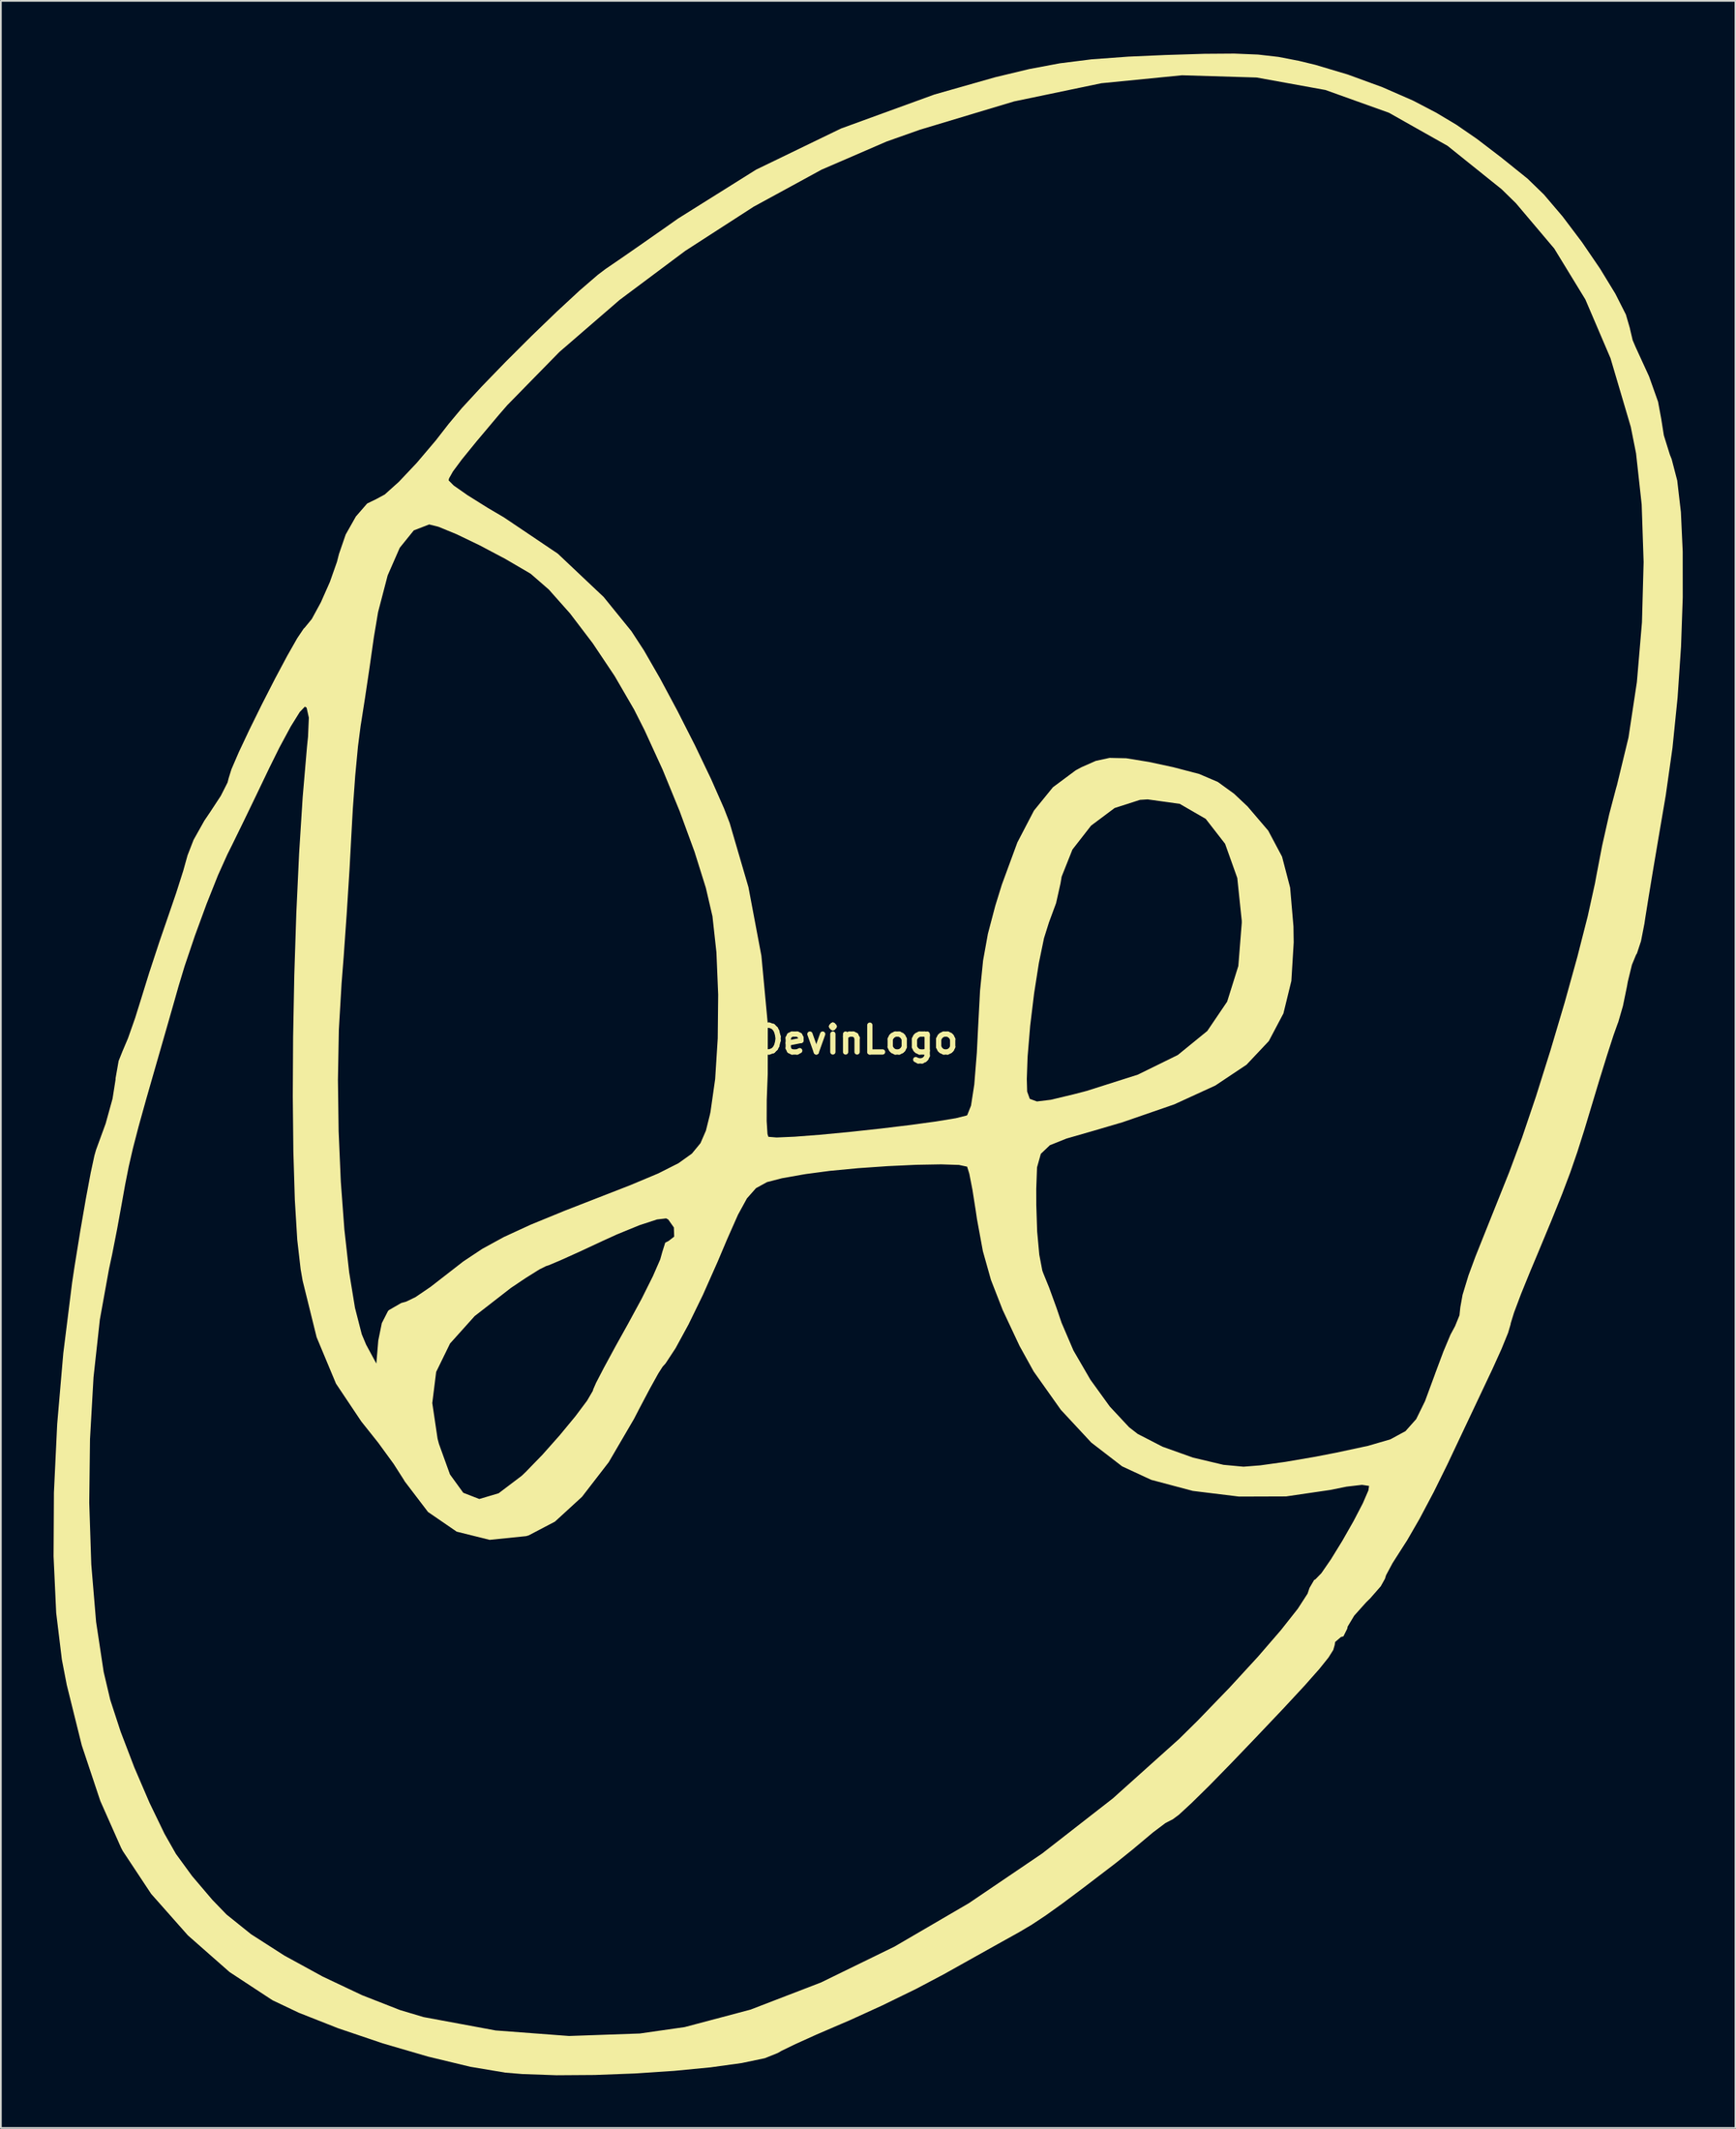
<source format=kicad_pcb>
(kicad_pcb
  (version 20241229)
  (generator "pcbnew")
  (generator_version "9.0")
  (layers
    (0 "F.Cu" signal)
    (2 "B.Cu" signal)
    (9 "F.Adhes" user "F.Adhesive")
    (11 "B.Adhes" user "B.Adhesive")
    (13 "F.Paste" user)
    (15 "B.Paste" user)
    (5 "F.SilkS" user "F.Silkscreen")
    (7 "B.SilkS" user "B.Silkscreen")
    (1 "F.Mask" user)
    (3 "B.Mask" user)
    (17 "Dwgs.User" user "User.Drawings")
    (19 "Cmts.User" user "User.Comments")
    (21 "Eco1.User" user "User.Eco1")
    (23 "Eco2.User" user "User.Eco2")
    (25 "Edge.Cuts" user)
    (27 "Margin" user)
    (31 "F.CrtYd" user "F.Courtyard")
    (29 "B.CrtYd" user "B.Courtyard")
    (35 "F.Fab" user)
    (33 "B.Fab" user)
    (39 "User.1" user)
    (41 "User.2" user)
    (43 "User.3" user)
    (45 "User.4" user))
  (footprint "DevinLogo"
    (layer "F.Cu")
    (at 45.744 56.128)
    (property "Reference" "DevinLogo" (at 0 0 0) (layer "F.SilkS") (effects (font (size 1.524 1.524) (thickness 0.3))))
    (attr board_only exclude_from_pos_files exclude_from_bom)
    (fp_poly (pts (xy 22.823 -56.073) (xy 23.991 -55.939) (xy 25.157 -55.713) (xy 26.09 -55.488) (xy 27.926 -54.94) (xy 29.908 -54.215) (xy 31.623 -53.466) (xy 31.709 -53.424) (xy 32.982 -52.757) (xy 34.116 -52.08) (xy 35.285 -51.275) (xy 36.665 -50.221) (xy 38.169 -49.011) (xy 39.099 -48.11) (xy 40.165 -46.858) (xy 41.266 -45.4) (xy 42.3 -43.885) (xy 43.169 -42.461) (xy 43.769 -41.275) (xy 44.003 -40.474) (xy 44.003 -40.456) (xy 44.154 -39.818) (xy 44.317 -39.437) (xy 45.087 -37.758) (xy 45.6 -36.314) (xy 45.791 -35.287) (xy 45.792 -35.27) (xy 45.93 -34.4) (xy 46.273 -33.301) (xy 46.375 -33.046) (xy 46.691 -31.832) (xy 46.9 -30.035) (xy 47.004 -27.778) (xy 47.006 -25.185) (xy 46.908 -22.379) (xy 46.712 -19.483) (xy 46.422 -16.621) (xy 46.039 -13.918) (xy 45.984 -13.594) (xy 45.637 -11.564) (xy 45.317 -9.669) (xy 45.054 -8.075) (xy 44.873 -6.945) (xy 44.825 -6.618) (xy 44.63 -5.619) (xy 44.4 -4.922) (xy 44.344 -4.83) (xy 44.112 -4.268) (xy 43.88 -3.319) (xy 43.83 -3.041) (xy 43.601 -1.928) (xy 43.337 -1.016) (xy 43.29 -0.894) (xy 43.066 -0.266) (xy 42.698 0.872) (xy 42.241 2.344) (xy 41.87 3.577) (xy 41.408 5.112) (xy 41.006 6.379) (xy 40.602 7.549) (xy 40.131 8.793) (xy 39.532 10.28) (xy 38.742 12.179) (xy 38.316 13.193) (xy 37.795 14.475) (xy 37.404 15.515) (xy 37.214 16.127) (xy 37.206 16.19) (xy 37.062 16.676) (xy 36.685 17.601) (xy 36.171 18.738) (xy 35.535 20.082) (xy 34.733 21.778) (xy 33.904 23.532) (xy 33.613 24.148) (xy 32.831 25.733) (xy 32.024 27.255) (xy 31.321 28.474) (xy 31.071 28.863) (xy 30.484 29.782) (xy 30.115 30.47) (xy 30.051 30.674) (xy 29.814 31.099) (xy 29.221 31.777) (xy 28.977 32.018) (xy 28.302 32.771) (xy 27.93 33.39) (xy 27.904 33.516) (xy 27.688 33.948) (xy 27.546 33.986) (xy 27.217 34.27) (xy 27.189 34.449) (xy 27.109 34.725) (xy 26.836 35.157) (xy 26.314 35.808) (xy 25.491 36.738) (xy 24.312 38.009) (xy 22.725 39.682) (xy 21.24 41.23) (xy 20.059 42.437) (xy 19.05 43.429) (xy 18.32 44.103) (xy 17.972 44.361) (xy 17.969 44.361) (xy 17.555 44.575) (xy 16.85 45.105) (xy 16.635 45.285) (xy 15.664 46.099) (xy 14.739 46.841) (xy 14.668 46.896) (xy 12.959 48.202) (xy 11.687 49.155) (xy 10.726 49.842) (xy 9.953 50.353) (xy 9.24 50.776) (xy 9.053 50.881) (xy 8.02 51.456) (xy 6.637 52.228) (xy 5.176 53.046) (xy 4.956 53.17) (xy 3.353 54.016) (xy 1.436 54.953) (xy -0.443 55.809) (xy -0.894 56.002) (xy -2.319 56.616) (xy -3.51 57.153) (xy -4.301 57.537) (xy -4.51 57.659) (xy -5.252 57.958) (xy -6.573 58.234) (xy -8.337 58.477) (xy -10.409 58.677) (xy -12.652 58.826) (xy -14.931 58.912) (xy -17.11 58.927) (xy -19.052 58.859) (xy -20.034 58.777) (xy -22.024 58.444) (xy -24.424 57.866) (xy -27.005 57.112) (xy -29.537 56.256) (xy -31.788 55.368) (xy -33.282 54.658) (xy -35.725 53.054) (xy -38.095 50.969) (xy -40.188 48.605) (xy -41.801 46.17) (xy -41.901 45.98) (xy -43.084 43.315) (xy -44.138 40.154) (xy -44.993 36.715) (xy -45.271 35.275) (xy -45.595 32.612) (xy -45.744 29.396) (xy -45.727 26.339) (xy -43.713 26.339) (xy -43.597 29.859) (xy -43.323 33.127) (xy -42.892 35.974) (xy -42.517 37.563) (xy -41.926 39.374) (xy -41.148 41.406) (xy -40.281 43.423) (xy -39.426 45.19) (xy -38.779 46.328) (xy -37.858 47.59) (xy -36.698 48.952) (xy -35.897 49.78) (xy -34.497 50.904) (xy -32.609 52.114) (xy -30.434 53.305) (xy -28.174 54.374) (xy -26.029 55.214) (xy -24.685 55.616) (xy -20.577 56.378) (xy -16.398 56.693) (xy -12.373 56.552) (xy -9.817 56.187) (xy -6.062 55.191) (xy -2.045 53.643) (xy 2.13 51.605) (xy 6.359 49.138) (xy 10.538 46.306) (xy 14.563 43.17) (xy 18.329 39.792) (xy 19.389 38.746) (xy 21.21 36.861) (xy 22.81 35.121) (xy 24.125 33.6) (xy 25.092 32.375) (xy 25.647 31.519) (xy 25.758 31.192) (xy 26.022 30.739) (xy 26.09 30.707) (xy 26.433 30.354) (xy 26.978 29.564) (xy 27.622 28.518) (xy 28.261 27.396) (xy 28.792 26.377) (xy 29.11 25.642) (xy 29.148 25.387) (xy 28.746 25.327) (xy 27.86 25.43) (xy 26.927 25.619) (xy 24.421 25.985) (xy 21.744 25.994) (xy 19.114 25.672) (xy 16.747 25.042) (xy 15.089 24.274) (xy 13.331 22.919) (xy 11.598 21.054) (xy 10.052 18.872) (xy 9.251 17.424) (xy 8.289 15.375) (xy 7.622 13.665) (xy 7.162 12.028) (xy 6.825 10.197) (xy 6.76 9.753) (xy 6.567 8.529) (xy 6.389 7.617) (xy 6.265 7.219) (xy 5.802 7.12) (xy 4.787 7.087) (xy 3.383 7.112) (xy 1.749 7.188) (xy 0.047 7.306) (xy -1.564 7.459) (xy -2.922 7.639) (xy -3.09 7.667) (xy -4.275 7.877) (xy -5.127 8.097) (xy -5.755 8.442) (xy -6.27 9.024) (xy -6.78 9.955) (xy -7.398 11.349) (xy -7.945 12.643) (xy -8.78 14.523) (xy -9.6 16.205) (xy -10.333 17.55) (xy -10.906 18.421) (xy -11.071 18.603) (xy -11.314 18.983) (xy -11.792 19.844) (xy -12.419 21.03) (xy -12.7 21.575) (xy -14.138 24.036) (xy -15.66 26.008) (xy -17.201 27.42) (xy -18.698 28.204) (xy -18.847 28.246) (xy -20.918 28.457) (xy -22.796 27.99) (xy -24.427 26.871) (xy -25.755 25.127) (xy -25.803 25.042) (xy -26.388 24.128) (xy -27.257 22.935) (xy -28.223 21.722) (xy -28.925 20.673) (xy -24.184 20.673) (xy -23.883 22.697) (xy -23.805 22.994) (xy -23.176 24.736) (xy -22.419 25.779) (xy -21.506 26.133) (xy -20.406 25.806) (xy -19.09 24.809) (xy -18.865 24.595) (xy -17.913 23.613) (xy -16.932 22.509) (xy -16.045 21.435) (xy -15.373 20.539) (xy -15.041 19.973) (xy -15.025 19.9) (xy -14.86 19.522) (xy -14.411 18.657) (xy -13.75 17.439) (xy -13.058 16.197) (xy -12.263 14.732) (xy -11.622 13.448) (xy -11.208 12.499) (xy -11.09 12.076) (xy -10.922 11.544) (xy -10.732 11.448) (xy -10.412 11.199) (xy -10.43 10.679) (xy -10.751 10.225) (xy -10.871 10.162) (xy -11.393 10.224) (xy -12.385 10.549) (xy -13.678 11.077) (xy -14.441 11.425) (xy -15.788 12.053) (xy -16.879 12.544) (xy -17.562 12.832) (xy -17.71 12.879) (xy -18.085 13.066) (xy -18.863 13.553) (xy -19.711 14.122) (xy -21.771 15.722) (xy -23.173 17.283) (xy -23.963 18.901) (xy -24.184 20.673) (xy -28.925 20.673) (xy -29.667 19.565) (xy -30.769 16.923) (xy -31.563 13.714) (xy -31.678 13.058) (xy -31.871 11.378) (xy -32.009 9.101) (xy -32.093 6.342) (xy -32.125 3.218) (xy -32.12 2.276) (xy -29.556 2.276) (xy -29.516 5.198) (xy -29.391 8.076) (xy -29.189 10.791) (xy -28.917 13.222) (xy -28.585 15.25) (xy -28.2 16.754) (xy -27.95 17.351) (xy -27.368 18.424) (xy -27.258 17.11) (xy -27.057 16.125) (xy -26.706 15.436) (xy -26.65 15.381) (xy -25.954 14.979) (xy -25.663 14.896) (xy -25.138 14.642) (xy -24.281 14.059) (xy -23.513 13.463) (xy -22.423 12.616) (xy -21.336 11.894) (xy -20.104 11.22) (xy -18.579 10.519) (xy -16.614 9.713) (xy -15.128 9.135) (xy -12.935 8.281) (xy -11.316 7.602) (xy -10.171 7.024) (xy -9.404 6.475) (xy -8.915 5.881) (xy -8.606 5.17) (xy -8.381 4.27) (xy -8.345 4.101) (xy -8.079 2.231) (xy -7.933 -0.081) (xy -7.908 -2.571) (xy -8.007 -4.976) (xy -8.233 -7.032) (xy -8.234 -7.035) (xy -8.609 -8.648) (xy -9.254 -10.702) (xy -10.099 -13.008) (xy -11.072 -15.379) (xy -12.101 -17.625) (xy -12.695 -18.798) (xy -13.802 -20.705) (xy -15.055 -22.577) (xy -16.341 -24.266) (xy -17.549 -25.626) (xy -18.564 -26.509) (xy -18.665 -26.574) (xy -20.044 -27.379) (xy -21.481 -28.14) (xy -22.802 -28.775) (xy -23.834 -29.199) (xy -24.361 -29.331) (xy -25.237 -28.992) (xy -26.036 -28.004) (xy -26.724 -26.431) (xy -27.27 -24.34) (xy -27.512 -22.896) (xy -27.756 -21.182) (xy -28.014 -19.454) (xy -28.234 -18.048) (xy -28.261 -17.887) (xy -28.414 -16.7) (xy -28.57 -15.044) (xy -28.706 -13.166) (xy -28.782 -11.806) (xy -28.898 -9.661) (xy -29.056 -7.169) (xy -29.231 -4.692) (xy -29.347 -3.22) (xy -29.503 -0.57) (xy -29.556 2.276) (xy -32.12 2.276) (xy -32.107 -0.156) (xy -32.04 -3.663) (xy -31.925 -7.187) (xy -31.765 -10.614) (xy -31.561 -13.826) (xy -31.314 -16.708) (xy -31.257 -17.261) (xy -31.212 -18.335) (xy -31.339 -18.905) (xy -31.437 -18.961) (xy -31.728 -18.657) (xy -32.239 -17.835) (xy -32.89 -16.629) (xy -33.462 -15.473) (xy -34.235 -13.86) (xy -34.976 -12.327) (xy -35.581 -11.09) (xy -35.849 -10.554) (xy -36.385 -9.364) (xy -37.032 -7.738) (xy -37.697 -5.928) (xy -38.287 -4.184) (xy -38.632 -3.041) (xy -38.865 -2.217) (xy -39.233 -0.931) (xy -39.671 0.592) (xy -39.861 1.252) (xy -40.462 3.346) (xy -40.901 4.923) (xy -41.221 6.153) (xy -41.464 7.205) (xy -41.671 8.249) (xy -41.859 9.301) (xy -42.129 10.785) (xy -42.411 12.22) (xy -42.591 13.058) (xy -43.11 15.924) (xy -43.47 19.205) (xy -43.67 22.732) (xy -43.713 26.339) (xy -45.727 26.339) (xy -45.724 25.769) (xy -45.538 21.869) (xy -45.191 17.839) (xy -44.689 13.818) (xy -44.547 12.879) (xy -44.22 10.858) (xy -43.906 9.045) (xy -43.632 7.578) (xy -43.42 6.59) (xy -43.326 6.261) (xy -42.78 4.77) (xy -42.386 3.348) (xy -42.216 2.27) (xy -42.214 2.187) (xy -42.041 1.202) (xy -41.817 0.641) (xy -41.505 -0.094) (xy -41.101 -1.241) (xy -40.774 -2.287) (xy -40.3 -3.816) (xy -39.716 -5.591) (xy -39.238 -6.976) (xy -38.763 -8.362) (xy -38.364 -9.614) (xy -38.126 -10.467) (xy -38.123 -10.483) (xy -37.776 -11.376) (xy -37.16 -12.474) (xy -36.836 -12.952) (xy -36.221 -13.89) (xy -35.838 -14.646) (xy -35.775 -14.895) (xy -35.617 -15.4) (xy -35.198 -16.372) (xy -34.593 -17.656) (xy -33.88 -19.1) (xy -33.138 -20.55) (xy -32.443 -21.852) (xy -31.873 -22.854) (xy -31.506 -23.401) (xy -31.452 -23.451) (xy -31.043 -23.95) (xy -30.527 -24.898) (xy -30.013 -26.059) (xy -29.611 -27.201) (xy -29.495 -27.651) (xy -29.114 -28.757) (xy -28.533 -29.784) (xy -27.892 -30.522) (xy -27.389 -30.766) (xy -26.892 -31.034) (xy -26.083 -31.76) (xy -26.009 -31.839) (xy -23.254 -31.839) (xy -22.962 -31.545) (xy -22.177 -30.995) (xy -21.029 -30.276) (xy -20.108 -29.735) (xy -17.04 -27.67) (xy -14.428 -25.203) (xy -12.846 -23.254) (xy -12.13 -22.156) (xy -11.225 -20.583) (xy -10.224 -18.716) (xy -9.22 -16.739) (xy -8.307 -14.832) (xy -7.578 -13.178) (xy -7.254 -12.342) (xy -6.186 -8.693) (xy -5.447 -4.779) (xy -5.083 -0.895) (xy -5.087 1.94) (xy -5.143 3.429) (xy -5.147 4.624) (xy -5.1 5.363) (xy -5.049 5.52) (xy -4.582 5.558) (xy -3.561 5.514) (xy -2.138 5.405) (xy -0.467 5.247) (xy 1.297 5.056) (xy 3.002 4.851) (xy 4.494 4.647) (xy 5.618 4.462) (xy 6.222 4.312) (xy 6.271 4.285) (xy 6.487 3.744) (xy 6.673 2.539) (xy 6.697 2.236) (xy 9.662 2.236) (xy 9.682 2.945) (xy 9.832 3.36) (xy 10.239 3.508) (xy 11.03 3.412) (xy 12.332 3.1) (xy 13.058 2.911) (xy 15.984 1.982) (xy 18.26 0.863) (xy 19.937 -0.503) (xy 21.068 -2.172) (xy 21.705 -4.203) (xy 21.9 -6.653) (xy 21.9 -6.774) (xy 21.645 -9.211) (xy 20.951 -11.157) (xy 19.848 -12.575) (xy 18.368 -13.43) (xy 16.542 -13.684) (xy 16.108 -13.657) (xy 14.661 -13.192) (xy 13.322 -12.191) (xy 12.261 -10.83) (xy 11.646 -9.287) (xy 11.582 -8.906) (xy 11.33 -7.782) (xy 10.923 -6.68) (xy 10.641 -5.782) (xy 10.349 -4.368) (xy 10.078 -2.639) (xy 9.854 -0.793) (xy 9.707 0.97) (xy 9.662 2.236) (xy 6.697 2.236) (xy 6.819 0.721) (xy 6.886 -0.631) (xy 7.001 -2.799) (xy 7.174 -4.514) (xy 7.448 -6.035) (xy 7.867 -7.625) (xy 8.239 -8.825) (xy 9.126 -11.235) (xy 10.07 -13.046) (xy 11.15 -14.375) (xy 12.445 -15.337) (xy 12.772 -15.514) (xy 13.588 -15.875) (xy 14.374 -16.046) (xy 15.321 -16.025) (xy 16.618 -15.814) (xy 17.996 -15.517) (xy 19.476 -15.13) (xy 20.536 -14.677) (xy 21.464 -14.004) (xy 22.232 -13.28) (xy 23.407 -11.904) (xy 24.194 -10.424) (xy 24.653 -8.665) (xy 24.843 -6.453) (xy 24.857 -5.545) (xy 24.724 -3.354) (xy 24.272 -1.502) (xy 23.441 0.07) (xy 22.17 1.418) (xy 20.397 2.6) (xy 18.061 3.672) (xy 15.102 4.694) (xy 13.415 5.19) (xy 11.919 5.62) (xy 10.977 5.997) (xy 10.461 6.488) (xy 10.245 7.26) (xy 10.201 8.479) (xy 10.203 9.395) (xy 10.252 10.907) (xy 10.374 12.232) (xy 10.547 13.137) (xy 10.602 13.286) (xy 10.933 14.1) (xy 11.362 15.28) (xy 11.64 16.099) (xy 12.318 17.68) (xy 13.283 19.343) (xy 14.388 20.871) (xy 15.484 22.046) (xy 15.973 22.427) (xy 17.389 23.156) (xy 19.127 23.777) (xy 20.858 24.187) (xy 22.001 24.294) (xy 22.953 24.218) (xy 24.384 24.019) (xy 26.072 23.73) (xy 27.275 23.496) (xy 29.093 23.106) (xy 30.359 22.738) (xy 31.222 22.27) (xy 31.831 21.585) (xy 32.334 20.561) (xy 32.881 19.08) (xy 32.923 18.961) (xy 33.379 17.74) (xy 33.782 16.781) (xy 34.044 16.295) (xy 34.294 15.68) (xy 34.343 15.222) (xy 34.471 14.513) (xy 34.807 13.408) (xy 35.201 12.342) (xy 35.782 10.89) (xy 36.478 9.151) (xy 37.133 7.513) (xy 37.854 5.575) (xy 38.654 3.208) (xy 39.479 0.587) (xy 40.28 -2.112) (xy 41.003 -4.712) (xy 41.597 -7.038) (xy 42.01 -8.913) (xy 42.081 -9.301) (xy 42.417 -11.05) (xy 42.822 -12.848) (xy 43.215 -14.339) (xy 43.259 -14.489) (xy 43.917 -17.206) (xy 44.395 -20.361) (xy 44.684 -23.756) (xy 44.778 -27.191) (xy 44.668 -30.466) (xy 44.347 -33.381) (xy 44.047 -34.885) (xy 42.893 -38.791) (xy 41.462 -42.134) (xy 39.689 -45.034) (xy 37.508 -47.613) (xy 36.696 -48.407) (xy 33.617 -50.878) (xy 30.281 -52.76) (xy 26.665 -54.056) (xy 22.745 -54.767) (xy 18.499 -54.894) (xy 13.904 -54.44) (xy 8.937 -53.406) (xy 3.576 -51.795) (xy 1.68 -51.123) (xy -2.017 -49.525) (xy -5.892 -47.412) (xy -9.782 -44.901) (xy -13.523 -42.106) (xy -16.954 -39.141) (xy -19.911 -36.123) (xy -20.392 -35.569) (xy -21.654 -34.07) (xy -22.505 -33.024) (xy -23.009 -32.345) (xy -23.23 -31.952) (xy -23.254 -31.839) (xy -26.009 -31.839) (xy -25.076 -32.826) (xy -23.982 -34.115) (xy -23.254 -35.051) (xy -22.503 -35.95) (xy -21.383 -37.165) (xy -20.023 -38.57) (xy -18.552 -40.037) (xy -17.099 -41.438) (xy -15.794 -42.646) (xy -14.764 -43.534) (xy -14.325 -43.866) (xy -13.463 -44.455) (xy -12.228 -45.312) (xy -10.829 -46.29) (xy -10.196 -46.737) (xy -5.746 -49.525) (xy -0.912 -51.865) (xy 4.399 -53.798) (xy 7.87 -54.784) (xy 9.797 -55.247) (xy 11.545 -55.575) (xy 13.348 -55.801) (xy 15.441 -55.954) (xy 17.53 -56.046) (xy 19.771 -56.116) (xy 21.476 -56.128)) (stroke (width 0) (type solid)) (fill yes) (layer "F.SilkS")))
  (gr_rect
    (start -3 -3)
    (end 95.75 118.055)
    (stroke (width 0.1) (type default))
    (fill no)
    (layer "Edge.Cuts")))
</source>
